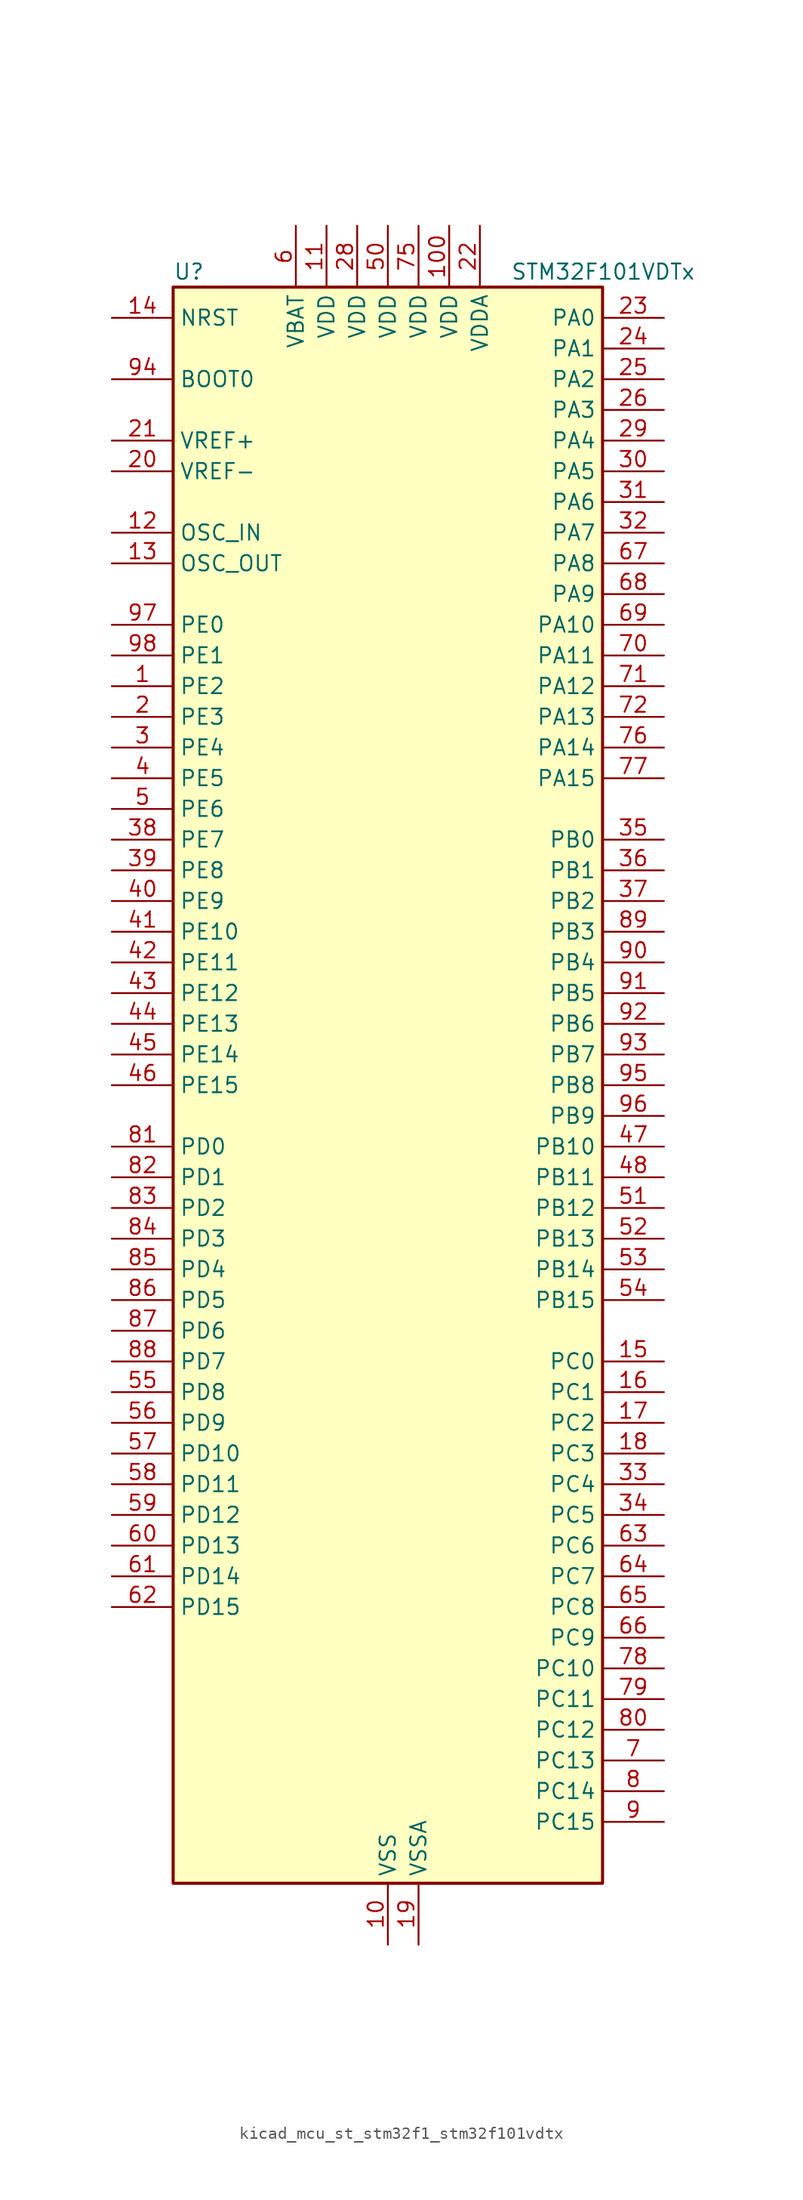
<source format=kicad_sym>
(kicad_symbol_lib
  (version 20220914)
  (generator kicad_symbol_editor)
  (symbol "kicad_mcu_st_stm32f1_stm32f101vdtx"
    (property "Reference" "U"
      (at -17.78 67.31 0)
      (effects (font (size 1.27 1.27)) (justify left)))
    (property "Value" "STM32F101VDTx"
      (at 10.16 67.31 0)
      (effects (font (size 1.27 1.27)) (justify left)))
    (property "ki_locked" ""
      (at 0 0 0)
      (effects (font (size 1.27 1.27))))
    (symbol "kicad_mcu_st_stm32f1_stm32f101vdtx_0_1"
      (rectangle (start -17.78 -66.04) (end 17.78 66.04) (stroke (width 0.254) (type default)) (fill (type background))))
    (symbol "kicad_mcu_st_stm32f1_stm32f101vdtx_1_1"
      (pin bidirectional line (at -22.86 33.02 0) (length 5.08) (name "PE2" (effects (font (size 1.27 1.27)))) (number "1" (effects (font (size 1.27 1.27)))) (alternate "FSMC_A23" bidirectional line) (alternate "SYS_TRACECLK" bidirectional line))
      (pin power_in line (at 0 -71.12 90) (length 5.08) (name "VSS" (effects (font (size 1.27 1.27)))) (number "10" (effects (font (size 1.27 1.27)))))
      (pin power_in line (at 5.08 71.12 270) (length 5.08) (name "VDD" (effects (font (size 1.27 1.27)))) (number "100" (effects (font (size 1.27 1.27)))))
      (pin power_in line (at -5.08 71.12 270) (length 5.08) (name "VDD" (effects (font (size 1.27 1.27)))) (number "11" (effects (font (size 1.27 1.27)))))
      (pin input line (at -22.86 45.72 0) (length 5.08) (name "OSC_IN" (effects (font (size 1.27 1.27)))) (number "12" (effects (font (size 1.27 1.27)))) (alternate "RCC_OSC_IN" bidirectional line))
      (pin input line (at -22.86 43.18 0) (length 5.08) (name "OSC_OUT" (effects (font (size 1.27 1.27)))) (number "13" (effects (font (size 1.27 1.27)))) (alternate "RCC_OSC_OUT" bidirectional line))
      (pin input line (at -22.86 63.5 0) (length 5.08) (name "NRST" (effects (font (size 1.27 1.27)))) (number "14" (effects (font (size 1.27 1.27)))))
      (pin bidirectional line (at 22.86 -22.86 180) (length 5.08) (name "PC0" (effects (font (size 1.27 1.27)))) (number "15" (effects (font (size 1.27 1.27)))) (alternate "ADC1_IN10" bidirectional line))
      (pin bidirectional line (at 22.86 -25.4 180) (length 5.08) (name "PC1" (effects (font (size 1.27 1.27)))) (number "16" (effects (font (size 1.27 1.27)))) (alternate "ADC1_IN11" bidirectional line))
      (pin bidirectional line (at 22.86 -27.94 180) (length 5.08) (name "PC2" (effects (font (size 1.27 1.27)))) (number "17" (effects (font (size 1.27 1.27)))) (alternate "ADC1_IN12" bidirectional line))
      (pin bidirectional line (at 22.86 -30.48 180) (length 5.08) (name "PC3" (effects (font (size 1.27 1.27)))) (number "18" (effects (font (size 1.27 1.27)))) (alternate "ADC1_IN13" bidirectional line))
      (pin power_in line (at 2.54 -71.12 90) (length 5.08) (name "VSSA" (effects (font (size 1.27 1.27)))) (number "19" (effects (font (size 1.27 1.27)))))
      (pin bidirectional line (at -22.86 30.48 0) (length 5.08) (name "PE3" (effects (font (size 1.27 1.27)))) (number "2" (effects (font (size 1.27 1.27)))) (alternate "FSMC_A19" bidirectional line) (alternate "SYS_TRACED0" bidirectional line))
      (pin input line (at -22.86 50.8 0) (length 5.08) (name "VREF-" (effects (font (size 1.27 1.27)))) (number "20" (effects (font (size 1.27 1.27)))))
      (pin input line (at -22.86 53.34 0) (length 5.08) (name "VREF+" (effects (font (size 1.27 1.27)))) (number "21" (effects (font (size 1.27 1.27)))))
      (pin power_in line (at 7.62 71.12 270) (length 5.08) (name "VDDA" (effects (font (size 1.27 1.27)))) (number "22" (effects (font (size 1.27 1.27)))))
      (pin bidirectional line (at 22.86 63.5 180) (length 5.08) (name "PA0" (effects (font (size 1.27 1.27)))) (number "23" (effects (font (size 1.27 1.27)))) (alternate "ADC1_IN0" bidirectional line) (alternate "SYS_WKUP" bidirectional line) (alternate "TIM2_CH1" bidirectional line) (alternate "TIM2_ETR" bidirectional line) (alternate "TIM5_CH1" bidirectional line) (alternate "USART2_CTS" bidirectional line))
      (pin bidirectional line (at 22.86 60.96 180) (length 5.08) (name "PA1" (effects (font (size 1.27 1.27)))) (number "24" (effects (font (size 1.27 1.27)))) (alternate "ADC1_IN1" bidirectional line) (alternate "TIM2_CH2" bidirectional line) (alternate "TIM5_CH2" bidirectional line) (alternate "USART2_RTS" bidirectional line))
      (pin bidirectional line (at 22.86 58.42 180) (length 5.08) (name "PA2" (effects (font (size 1.27 1.27)))) (number "25" (effects (font (size 1.27 1.27)))) (alternate "ADC1_IN2" bidirectional line) (alternate "TIM2_CH3" bidirectional line) (alternate "TIM5_CH3" bidirectional line) (alternate "USART2_TX" bidirectional line))
      (pin bidirectional line (at 22.86 55.88 180) (length 5.08) (name "PA3" (effects (font (size 1.27 1.27)))) (number "26" (effects (font (size 1.27 1.27)))) (alternate "ADC1_IN3" bidirectional line) (alternate "TIM2_CH4" bidirectional line) (alternate "TIM5_CH4" bidirectional line) (alternate "USART2_RX" bidirectional line))
      (pin passive line (at 0 -71.12 90) (length 5.08) hide (name "VSS" (effects (font (size 1.27 1.27)))) (number "27" (effects (font (size 1.27 1.27)))))
      (pin power_in line (at -2.54 71.12 270) (length 5.08) (name "VDD" (effects (font (size 1.27 1.27)))) (number "28" (effects (font (size 1.27 1.27)))))
      (pin bidirectional line (at 22.86 53.34 180) (length 5.08) (name "PA4" (effects (font (size 1.27 1.27)))) (number "29" (effects (font (size 1.27 1.27)))) (alternate "ADC1_IN4" bidirectional line) (alternate "DAC_OUT1" bidirectional line) (alternate "SPI1_NSS" bidirectional line) (alternate "USART2_CK" bidirectional line))
      (pin bidirectional line (at -22.86 27.94 0) (length 5.08) (name "PE4" (effects (font (size 1.27 1.27)))) (number "3" (effects (font (size 1.27 1.27)))) (alternate "FSMC_A20" bidirectional line) (alternate "SYS_TRACED1" bidirectional line))
      (pin bidirectional line (at 22.86 50.8 180) (length 5.08) (name "PA5" (effects (font (size 1.27 1.27)))) (number "30" (effects (font (size 1.27 1.27)))) (alternate "ADC1_IN5" bidirectional line) (alternate "DAC_OUT2" bidirectional line) (alternate "SPI1_SCK" bidirectional line))
      (pin bidirectional line (at 22.86 48.26 180) (length 5.08) (name "PA6" (effects (font (size 1.27 1.27)))) (number "31" (effects (font (size 1.27 1.27)))) (alternate "ADC1_IN6" bidirectional line) (alternate "SPI1_MISO" bidirectional line) (alternate "TIM3_CH1" bidirectional line))
      (pin bidirectional line (at 22.86 45.72 180) (length 5.08) (name "PA7" (effects (font (size 1.27 1.27)))) (number "32" (effects (font (size 1.27 1.27)))) (alternate "ADC1_IN7" bidirectional line) (alternate "SPI1_MOSI" bidirectional line) (alternate "TIM3_CH2" bidirectional line))
      (pin bidirectional line (at 22.86 -33.02 180) (length 5.08) (name "PC4" (effects (font (size 1.27 1.27)))) (number "33" (effects (font (size 1.27 1.27)))) (alternate "ADC1_IN14" bidirectional line))
      (pin bidirectional line (at 22.86 -35.56 180) (length 5.08) (name "PC5" (effects (font (size 1.27 1.27)))) (number "34" (effects (font (size 1.27 1.27)))) (alternate "ADC1_IN15" bidirectional line))
      (pin bidirectional line (at 22.86 20.32 180) (length 5.08) (name "PB0" (effects (font (size 1.27 1.27)))) (number "35" (effects (font (size 1.27 1.27)))) (alternate "ADC1_IN8" bidirectional line) (alternate "TIM3_CH3" bidirectional line))
      (pin bidirectional line (at 22.86 17.78 180) (length 5.08) (name "PB1" (effects (font (size 1.27 1.27)))) (number "36" (effects (font (size 1.27 1.27)))) (alternate "ADC1_IN9" bidirectional line) (alternate "TIM3_CH4" bidirectional line))
      (pin bidirectional line (at 22.86 15.24 180) (length 5.08) (name "PB2" (effects (font (size 1.27 1.27)))) (number "37" (effects (font (size 1.27 1.27)))))
      (pin bidirectional line (at -22.86 20.32 0) (length 5.08) (name "PE7" (effects (font (size 1.27 1.27)))) (number "38" (effects (font (size 1.27 1.27)))) (alternate "FSMC_D4" bidirectional line) (alternate "FSMC_DA4" bidirectional line))
      (pin bidirectional line (at -22.86 17.78 0) (length 5.08) (name "PE8" (effects (font (size 1.27 1.27)))) (number "39" (effects (font (size 1.27 1.27)))) (alternate "FSMC_D5" bidirectional line) (alternate "FSMC_DA5" bidirectional line))
      (pin bidirectional line (at -22.86 25.4 0) (length 5.08) (name "PE5" (effects (font (size 1.27 1.27)))) (number "4" (effects (font (size 1.27 1.27)))) (alternate "FSMC_A21" bidirectional line) (alternate "SYS_TRACED2" bidirectional line))
      (pin bidirectional line (at -22.86 15.24 0) (length 5.08) (name "PE9" (effects (font (size 1.27 1.27)))) (number "40" (effects (font (size 1.27 1.27)))) (alternate "DAC_EXTI9" bidirectional line) (alternate "FSMC_D6" bidirectional line) (alternate "FSMC_DA6" bidirectional line))
      (pin bidirectional line (at -22.86 12.7 0) (length 5.08) (name "PE10" (effects (font (size 1.27 1.27)))) (number "41" (effects (font (size 1.27 1.27)))) (alternate "FSMC_D7" bidirectional line) (alternate "FSMC_DA7" bidirectional line))
      (pin bidirectional line (at -22.86 10.16 0) (length 5.08) (name "PE11" (effects (font (size 1.27 1.27)))) (number "42" (effects (font (size 1.27 1.27)))) (alternate "ADC1_EXTI11" bidirectional line) (alternate "FSMC_D8" bidirectional line) (alternate "FSMC_DA8" bidirectional line))
      (pin bidirectional line (at -22.86 7.62 0) (length 5.08) (name "PE12" (effects (font (size 1.27 1.27)))) (number "43" (effects (font (size 1.27 1.27)))) (alternate "FSMC_D9" bidirectional line) (alternate "FSMC_DA9" bidirectional line))
      (pin bidirectional line (at -22.86 5.08 0) (length 5.08) (name "PE13" (effects (font (size 1.27 1.27)))) (number "44" (effects (font (size 1.27 1.27)))) (alternate "FSMC_D10" bidirectional line) (alternate "FSMC_DA10" bidirectional line))
      (pin bidirectional line (at -22.86 2.54 0) (length 5.08) (name "PE14" (effects (font (size 1.27 1.27)))) (number "45" (effects (font (size 1.27 1.27)))) (alternate "FSMC_D11" bidirectional line) (alternate "FSMC_DA11" bidirectional line))
      (pin bidirectional line (at -22.86 0 0) (length 5.08) (name "PE15" (effects (font (size 1.27 1.27)))) (number "46" (effects (font (size 1.27 1.27)))) (alternate "ADC1_EXTI15" bidirectional line) (alternate "FSMC_D12" bidirectional line) (alternate "FSMC_DA12" bidirectional line))
      (pin bidirectional line (at 22.86 -5.08 180) (length 5.08) (name "PB10" (effects (font (size 1.27 1.27)))) (number "47" (effects (font (size 1.27 1.27)))) (alternate "I2C2_SCL" bidirectional line) (alternate "TIM2_CH3" bidirectional line) (alternate "USART3_TX" bidirectional line))
      (pin bidirectional line (at 22.86 -7.62 180) (length 5.08) (name "PB11" (effects (font (size 1.27 1.27)))) (number "48" (effects (font (size 1.27 1.27)))) (alternate "ADC1_EXTI11" bidirectional line) (alternate "I2C2_SDA" bidirectional line) (alternate "TIM2_CH4" bidirectional line) (alternate "USART3_RX" bidirectional line))
      (pin passive line (at 0 -71.12 90) (length 5.08) hide (name "VSS" (effects (font (size 1.27 1.27)))) (number "49" (effects (font (size 1.27 1.27)))))
      (pin bidirectional line (at -22.86 22.86 0) (length 5.08) (name "PE6" (effects (font (size 1.27 1.27)))) (number "5" (effects (font (size 1.27 1.27)))) (alternate "FSMC_A22" bidirectional line) (alternate "SYS_TRACED3" bidirectional line))
      (pin power_in line (at 0 71.12 270) (length 5.08) (name "VDD" (effects (font (size 1.27 1.27)))) (number "50" (effects (font (size 1.27 1.27)))))
      (pin bidirectional line (at 22.86 -10.16 180) (length 5.08) (name "PB12" (effects (font (size 1.27 1.27)))) (number "51" (effects (font (size 1.27 1.27)))) (alternate "I2C2_SMBA" bidirectional line) (alternate "SPI2_NSS" bidirectional line) (alternate "USART3_CK" bidirectional line))
      (pin bidirectional line (at 22.86 -12.7 180) (length 5.08) (name "PB13" (effects (font (size 1.27 1.27)))) (number "52" (effects (font (size 1.27 1.27)))) (alternate "SPI2_SCK" bidirectional line) (alternate "USART3_CTS" bidirectional line))
      (pin bidirectional line (at 22.86 -15.24 180) (length 5.08) (name "PB14" (effects (font (size 1.27 1.27)))) (number "53" (effects (font (size 1.27 1.27)))) (alternate "SPI2_MISO" bidirectional line) (alternate "USART3_RTS" bidirectional line))
      (pin bidirectional line (at 22.86 -17.78 180) (length 5.08) (name "PB15" (effects (font (size 1.27 1.27)))) (number "54" (effects (font (size 1.27 1.27)))) (alternate "ADC1_EXTI15" bidirectional line) (alternate "SPI2_MOSI" bidirectional line))
      (pin bidirectional line (at -22.86 -25.4 0) (length 5.08) (name "PD8" (effects (font (size 1.27 1.27)))) (number "55" (effects (font (size 1.27 1.27)))) (alternate "FSMC_D13" bidirectional line) (alternate "FSMC_DA13" bidirectional line) (alternate "USART3_TX" bidirectional line))
      (pin bidirectional line (at -22.86 -27.94 0) (length 5.08) (name "PD9" (effects (font (size 1.27 1.27)))) (number "56" (effects (font (size 1.27 1.27)))) (alternate "DAC_EXTI9" bidirectional line) (alternate "FSMC_D14" bidirectional line) (alternate "FSMC_DA14" bidirectional line) (alternate "USART3_RX" bidirectional line))
      (pin bidirectional line (at -22.86 -30.48 0) (length 5.08) (name "PD10" (effects (font (size 1.27 1.27)))) (number "57" (effects (font (size 1.27 1.27)))) (alternate "FSMC_D15" bidirectional line) (alternate "FSMC_DA15" bidirectional line) (alternate "USART3_CK" bidirectional line))
      (pin bidirectional line (at -22.86 -33.02 0) (length 5.08) (name "PD11" (effects (font (size 1.27 1.27)))) (number "58" (effects (font (size 1.27 1.27)))) (alternate "ADC1_EXTI11" bidirectional line) (alternate "FSMC_A16" bidirectional line) (alternate "FSMC_CLE" bidirectional line) (alternate "USART3_CTS" bidirectional line))
      (pin bidirectional line (at -22.86 -35.56 0) (length 5.08) (name "PD12" (effects (font (size 1.27 1.27)))) (number "59" (effects (font (size 1.27 1.27)))) (alternate "FSMC_A17" bidirectional line) (alternate "FSMC_ALE" bidirectional line) (alternate "TIM4_CH1" bidirectional line) (alternate "USART3_RTS" bidirectional line))
      (pin power_in line (at -7.62 71.12 270) (length 5.08) (name "VBAT" (effects (font (size 1.27 1.27)))) (number "6" (effects (font (size 1.27 1.27)))))
      (pin bidirectional line (at -22.86 -38.1 0) (length 5.08) (name "PD13" (effects (font (size 1.27 1.27)))) (number "60" (effects (font (size 1.27 1.27)))) (alternate "FSMC_A18" bidirectional line) (alternate "TIM4_CH2" bidirectional line))
      (pin bidirectional line (at -22.86 -40.64 0) (length 5.08) (name "PD14" (effects (font (size 1.27 1.27)))) (number "61" (effects (font (size 1.27 1.27)))) (alternate "FSMC_D0" bidirectional line) (alternate "FSMC_DA0" bidirectional line) (alternate "TIM4_CH3" bidirectional line))
      (pin bidirectional line (at -22.86 -43.18 0) (length 5.08) (name "PD15" (effects (font (size 1.27 1.27)))) (number "62" (effects (font (size 1.27 1.27)))) (alternate "ADC1_EXTI15" bidirectional line) (alternate "FSMC_D1" bidirectional line) (alternate "FSMC_DA1" bidirectional line) (alternate "TIM4_CH4" bidirectional line))
      (pin bidirectional line (at 22.86 -38.1 180) (length 5.08) (name "PC6" (effects (font (size 1.27 1.27)))) (number "63" (effects (font (size 1.27 1.27)))) (alternate "TIM3_CH1" bidirectional line))
      (pin bidirectional line (at 22.86 -40.64 180) (length 5.08) (name "PC7" (effects (font (size 1.27 1.27)))) (number "64" (effects (font (size 1.27 1.27)))) (alternate "TIM3_CH2" bidirectional line))
      (pin bidirectional line (at 22.86 -43.18 180) (length 5.08) (name "PC8" (effects (font (size 1.27 1.27)))) (number "65" (effects (font (size 1.27 1.27)))) (alternate "TIM3_CH3" bidirectional line))
      (pin bidirectional line (at 22.86 -45.72 180) (length 5.08) (name "PC9" (effects (font (size 1.27 1.27)))) (number "66" (effects (font (size 1.27 1.27)))) (alternate "DAC_EXTI9" bidirectional line) (alternate "TIM3_CH4" bidirectional line))
      (pin bidirectional line (at 22.86 43.18 180) (length 5.08) (name "PA8" (effects (font (size 1.27 1.27)))) (number "67" (effects (font (size 1.27 1.27)))) (alternate "RCC_MCO" bidirectional line) (alternate "USART1_CK" bidirectional line))
      (pin bidirectional line (at 22.86 40.64 180) (length 5.08) (name "PA9" (effects (font (size 1.27 1.27)))) (number "68" (effects (font (size 1.27 1.27)))) (alternate "DAC_EXTI9" bidirectional line) (alternate "USART1_TX" bidirectional line))
      (pin bidirectional line (at 22.86 38.1 180) (length 5.08) (name "PA10" (effects (font (size 1.27 1.27)))) (number "69" (effects (font (size 1.27 1.27)))) (alternate "USART1_RX" bidirectional line))
      (pin bidirectional line (at 22.86 -55.88 180) (length 5.08) (name "PC13" (effects (font (size 1.27 1.27)))) (number "7" (effects (font (size 1.27 1.27)))) (alternate "RTC_OUT" bidirectional line) (alternate "RTC_TAMPER" bidirectional line))
      (pin bidirectional line (at 22.86 35.56 180) (length 5.08) (name "PA11" (effects (font (size 1.27 1.27)))) (number "70" (effects (font (size 1.27 1.27)))) (alternate "ADC1_EXTI11" bidirectional line) (alternate "USART1_CTS" bidirectional line))
      (pin bidirectional line (at 22.86 33.02 180) (length 5.08) (name "PA12" (effects (font (size 1.27 1.27)))) (number "71" (effects (font (size 1.27 1.27)))) (alternate "USART1_RTS" bidirectional line))
      (pin bidirectional line (at 22.86 30.48 180) (length 5.08) (name "PA13" (effects (font (size 1.27 1.27)))) (number "72" (effects (font (size 1.27 1.27)))) (alternate "SYS_JTMS-SWDIO" bidirectional line))
      (pin no_connect line (at -17.78 -66.04 0) (length 5.08) hide (name "NC" (effects (font (size 1.27 1.27)))) (number "73" (effects (font (size 1.27 1.27)))))
      (pin passive line (at 0 -71.12 90) (length 5.08) hide (name "VSS" (effects (font (size 1.27 1.27)))) (number "74" (effects (font (size 1.27 1.27)))))
      (pin power_in line (at 2.54 71.12 270) (length 5.08) (name "VDD" (effects (font (size 1.27 1.27)))) (number "75" (effects (font (size 1.27 1.27)))))
      (pin bidirectional line (at 22.86 27.94 180) (length 5.08) (name "PA14" (effects (font (size 1.27 1.27)))) (number "76" (effects (font (size 1.27 1.27)))) (alternate "SYS_JTCK-SWCLK" bidirectional line))
      (pin bidirectional line (at 22.86 25.4 180) (length 5.08) (name "PA15" (effects (font (size 1.27 1.27)))) (number "77" (effects (font (size 1.27 1.27)))) (alternate "ADC1_EXTI15" bidirectional line) (alternate "SPI1_NSS" bidirectional line) (alternate "SPI3_NSS" bidirectional line) (alternate "SYS_JTDI" bidirectional line) (alternate "TIM2_CH1" bidirectional line) (alternate "TIM2_ETR" bidirectional line))
      (pin bidirectional line (at 22.86 -48.26 180) (length 5.08) (name "PC10" (effects (font (size 1.27 1.27)))) (number "78" (effects (font (size 1.27 1.27)))) (alternate "UART4_TX" bidirectional line) (alternate "USART3_TX" bidirectional line))
      (pin bidirectional line (at 22.86 -50.8 180) (length 5.08) (name "PC11" (effects (font (size 1.27 1.27)))) (number "79" (effects (font (size 1.27 1.27)))) (alternate "ADC1_EXTI11" bidirectional line) (alternate "UART4_RX" bidirectional line) (alternate "USART3_RX" bidirectional line))
      (pin bidirectional line (at 22.86 -58.42 180) (length 5.08) (name "PC14" (effects (font (size 1.27 1.27)))) (number "8" (effects (font (size 1.27 1.27)))) (alternate "RCC_OSC32_IN" bidirectional line))
      (pin bidirectional line (at 22.86 -53.34 180) (length 5.08) (name "PC12" (effects (font (size 1.27 1.27)))) (number "80" (effects (font (size 1.27 1.27)))) (alternate "UART5_TX" bidirectional line) (alternate "USART3_CK" bidirectional line))
      (pin bidirectional line (at -22.86 -5.08 0) (length 5.08) (name "PD0" (effects (font (size 1.27 1.27)))) (number "81" (effects (font (size 1.27 1.27)))) (alternate "FSMC_D2" bidirectional line) (alternate "FSMC_DA2" bidirectional line))
      (pin bidirectional line (at -22.86 -7.62 0) (length 5.08) (name "PD1" (effects (font (size 1.27 1.27)))) (number "82" (effects (font (size 1.27 1.27)))) (alternate "FSMC_D3" bidirectional line) (alternate "FSMC_DA3" bidirectional line))
      (pin bidirectional line (at -22.86 -10.16 0) (length 5.08) (name "PD2" (effects (font (size 1.27 1.27)))) (number "83" (effects (font (size 1.27 1.27)))) (alternate "TIM3_ETR" bidirectional line) (alternate "UART5_RX" bidirectional line))
      (pin bidirectional line (at -22.86 -12.7 0) (length 5.08) (name "PD3" (effects (font (size 1.27 1.27)))) (number "84" (effects (font (size 1.27 1.27)))) (alternate "FSMC_CLK" bidirectional line) (alternate "USART2_CTS" bidirectional line))
      (pin bidirectional line (at -22.86 -15.24 0) (length 5.08) (name "PD4" (effects (font (size 1.27 1.27)))) (number "85" (effects (font (size 1.27 1.27)))) (alternate "FSMC_NOE" bidirectional line) (alternate "USART2_RTS" bidirectional line))
      (pin bidirectional line (at -22.86 -17.78 0) (length 5.08) (name "PD5" (effects (font (size 1.27 1.27)))) (number "86" (effects (font (size 1.27 1.27)))) (alternate "FSMC_NWE" bidirectional line) (alternate "USART2_TX" bidirectional line))
      (pin bidirectional line (at -22.86 -20.32 0) (length 5.08) (name "PD6" (effects (font (size 1.27 1.27)))) (number "87" (effects (font (size 1.27 1.27)))) (alternate "FSMC_NWAIT" bidirectional line) (alternate "USART2_RX" bidirectional line))
      (pin bidirectional line (at -22.86 -22.86 0) (length 5.08) (name "PD7" (effects (font (size 1.27 1.27)))) (number "88" (effects (font (size 1.27 1.27)))) (alternate "FSMC_NCE2" bidirectional line) (alternate "FSMC_NE1" bidirectional line) (alternate "USART2_CK" bidirectional line))
      (pin bidirectional line (at 22.86 12.7 180) (length 5.08) (name "PB3" (effects (font (size 1.27 1.27)))) (number "89" (effects (font (size 1.27 1.27)))) (alternate "SPI1_SCK" bidirectional line) (alternate "SPI3_SCK" bidirectional line) (alternate "SYS_JTDO-TRACESWO" bidirectional line) (alternate "TIM2_CH2" bidirectional line))
      (pin bidirectional line (at 22.86 -60.96 180) (length 5.08) (name "PC15" (effects (font (size 1.27 1.27)))) (number "9" (effects (font (size 1.27 1.27)))) (alternate "ADC1_EXTI15" bidirectional line) (alternate "RCC_OSC32_OUT" bidirectional line))
      (pin bidirectional line (at 22.86 10.16 180) (length 5.08) (name "PB4" (effects (font (size 1.27 1.27)))) (number "90" (effects (font (size 1.27 1.27)))) (alternate "SPI1_MISO" bidirectional line) (alternate "SPI3_MISO" bidirectional line) (alternate "SYS_NJTRST" bidirectional line) (alternate "TIM3_CH1" bidirectional line))
      (pin bidirectional line (at 22.86 7.62 180) (length 5.08) (name "PB5" (effects (font (size 1.27 1.27)))) (number "91" (effects (font (size 1.27 1.27)))) (alternate "I2C1_SMBA" bidirectional line) (alternate "SPI1_MOSI" bidirectional line) (alternate "SPI3_MOSI" bidirectional line) (alternate "TIM3_CH2" bidirectional line))
      (pin bidirectional line (at 22.86 5.08 180) (length 5.08) (name "PB6" (effects (font (size 1.27 1.27)))) (number "92" (effects (font (size 1.27 1.27)))) (alternate "I2C1_SCL" bidirectional line) (alternate "TIM4_CH1" bidirectional line) (alternate "USART1_TX" bidirectional line))
      (pin bidirectional line (at 22.86 2.54 180) (length 5.08) (name "PB7" (effects (font (size 1.27 1.27)))) (number "93" (effects (font (size 1.27 1.27)))) (alternate "FSMC_NL" bidirectional line) (alternate "I2C1_SDA" bidirectional line) (alternate "TIM4_CH2" bidirectional line) (alternate "USART1_RX" bidirectional line))
      (pin input line (at -22.86 58.42 0) (length 5.08) (name "BOOT0" (effects (font (size 1.27 1.27)))) (number "94" (effects (font (size 1.27 1.27)))))
      (pin bidirectional line (at 22.86 0 180) (length 5.08) (name "PB8" (effects (font (size 1.27 1.27)))) (number "95" (effects (font (size 1.27 1.27)))) (alternate "I2C1_SCL" bidirectional line) (alternate "TIM4_CH3" bidirectional line))
      (pin bidirectional line (at 22.86 -2.54 180) (length 5.08) (name "PB9" (effects (font (size 1.27 1.27)))) (number "96" (effects (font (size 1.27 1.27)))) (alternate "DAC_EXTI9" bidirectional line) (alternate "I2C1_SDA" bidirectional line) (alternate "TIM4_CH4" bidirectional line))
      (pin bidirectional line (at -22.86 38.1 0) (length 5.08) (name "PE0" (effects (font (size 1.27 1.27)))) (number "97" (effects (font (size 1.27 1.27)))) (alternate "FSMC_NBL0" bidirectional line) (alternate "TIM4_ETR" bidirectional line))
      (pin bidirectional line (at -22.86 35.56 0) (length 5.08) (name "PE1" (effects (font (size 1.27 1.27)))) (number "98" (effects (font (size 1.27 1.27)))) (alternate "FSMC_NBL1" bidirectional line))
      (pin passive line (at 0 -71.12 90) (length 5.08) hide (name "VSS" (effects (font (size 1.27 1.27)))) (number "99" (effects (font (size 1.27 1.27))))))))
</source>
